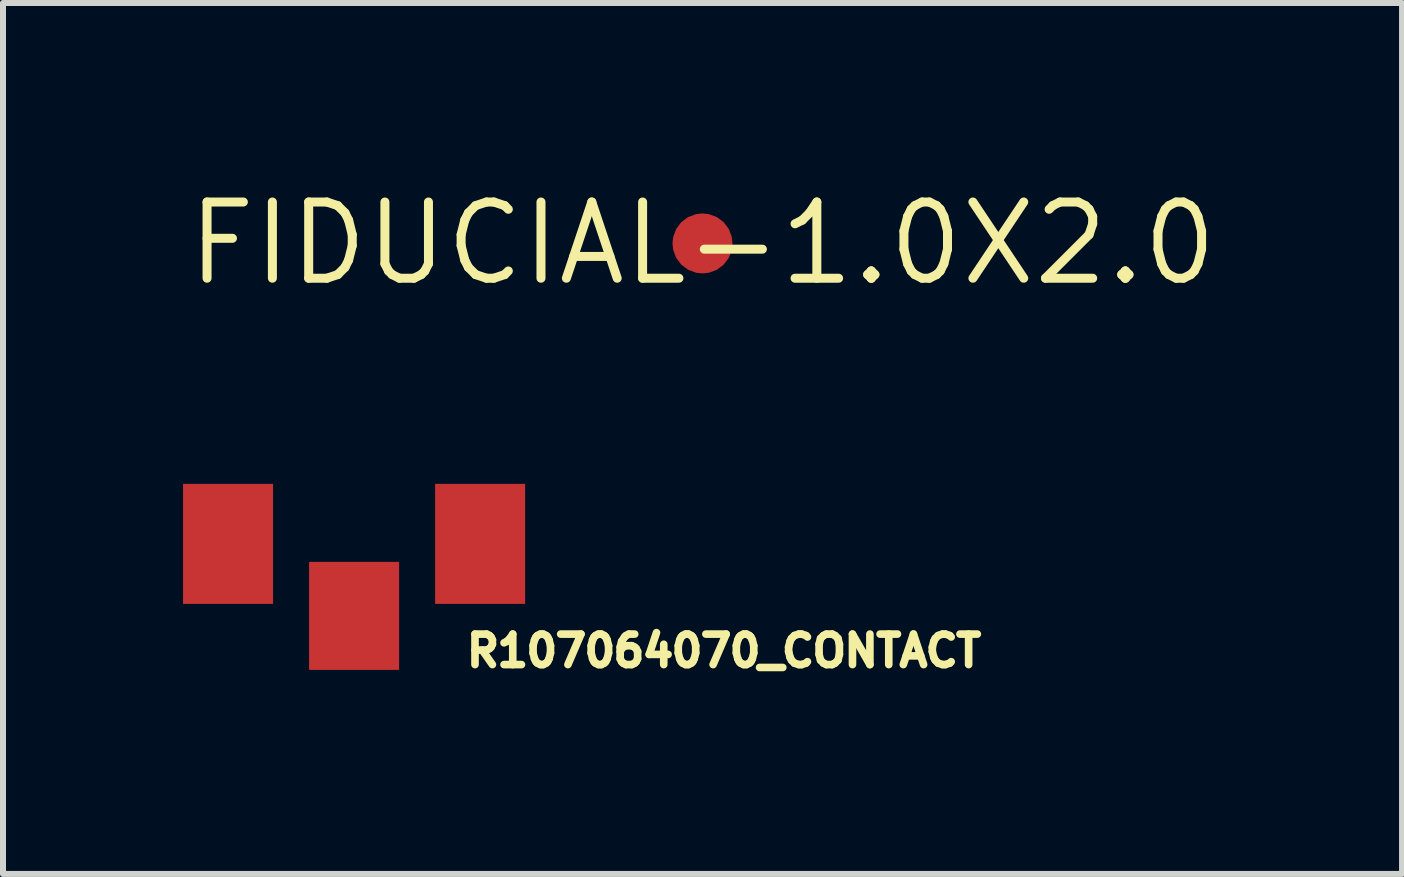
<source format=kicad_pcb>
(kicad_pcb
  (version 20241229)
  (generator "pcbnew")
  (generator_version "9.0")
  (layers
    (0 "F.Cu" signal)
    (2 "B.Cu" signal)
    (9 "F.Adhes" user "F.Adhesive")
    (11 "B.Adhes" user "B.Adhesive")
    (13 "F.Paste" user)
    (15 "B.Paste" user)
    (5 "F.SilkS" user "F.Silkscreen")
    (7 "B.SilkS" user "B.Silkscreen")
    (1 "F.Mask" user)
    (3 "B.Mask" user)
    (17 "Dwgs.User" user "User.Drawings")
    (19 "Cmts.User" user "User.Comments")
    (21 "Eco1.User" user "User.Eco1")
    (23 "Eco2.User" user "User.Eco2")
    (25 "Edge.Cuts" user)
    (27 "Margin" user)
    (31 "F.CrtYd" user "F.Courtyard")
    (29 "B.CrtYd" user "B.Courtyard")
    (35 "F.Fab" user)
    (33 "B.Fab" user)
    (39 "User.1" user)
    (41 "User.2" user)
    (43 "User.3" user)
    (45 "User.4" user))
  (footprint "FIDUCIAL-1.0X2.0"
    (layer "F.Cu")
    (at 8.655 1.006)
    (property "Reference" "FIDUCIAL-1.0X2.0" (at 0 0 0) (layer "F.SilkS") (effects (font (size 1.27 1.27) (thickness 0.15))))
    (fp_circle (center 0 0) (end 0.5 0) (stroke (width 1) (type solid)) (fill no) (layer "F.Mask"))
    (pad "FIDUCIAL" smd roundrect (at 0 0) (size 1 1) (layers "F.Cu") (roundrect_rratio 0.5)))
  (footprint "R107064070_CONTACT"
    (layer "F.Cu")
    (at 2.85 6.012)
    (property "Reference" "R107064070_CONTACT" (at 1.81 2.08 0) (layer "F.SilkS") (effects (font (size 0.508 0.508) (thickness 0.127)) (justify left bottom)))
    (pad "P$1" smd rect (at 0 1.2) (size 1.5 1.8) (layers "F.Cu" "F.Mask"))
    (pad "P$2" smd rect (at -2.1 0) (size 1.5 2) (layers "F.Cu" "F.Mask"))
    (pad "P$3" smd rect (at 2.1 0) (size 1.5 2) (layers "F.Cu" "F.Mask"))
    (zone (net_name "") (layer "F.Cu") (hatch edge 0.508) (connect_pads) (min_thickness 0.254) (filled_areas_thickness no) (keepout (tracks not_allowed) (vias not_allowed) (pads not_allowed) (copperpour not_allowed) (footprints allowed)) (placement (enabled no)) (fill) (polygon (pts (xy 1.5 6.312) (xy 4.2 6.312) (xy 4.2 5.012) (xy 1.5 5.012))))
    (zone (net_name "") (layer "F.Cu") (hatch edge 0.508) (connect_pads) (min_thickness 0.254) (filled_areas_thickness no) (keepout (tracks not_allowed) (vias not_allowed) (pads not_allowed) (copperpour not_allowed) (footprints allowed)) (placement (enabled no)) (fill) (polygon (pts (xy 1.5 8.512) (xy 2.1 8.512) (xy 2.1 6.312) (xy 1.5 6.312))))
    (zone (net_name "") (layer "F.Cu") (hatch edge 0.508) (connect_pads) (min_thickness 0.254) (filled_areas_thickness no) (keepout (tracks not_allowed) (vias not_allowed) (pads not_allowed) (copperpour not_allowed) (footprints allowed)) (placement (enabled no)) (fill) (polygon (pts (xy 3.6 8.512) (xy 4.2 8.512) (xy 4.2 6.312) (xy 3.6 6.312)))))
  (gr_rect
    (start -3 -3)
    (end 20.311 11.512)
    (stroke (width 0.1) (type default))
    (fill no)
    (layer "Edge.Cuts")))
</source>
